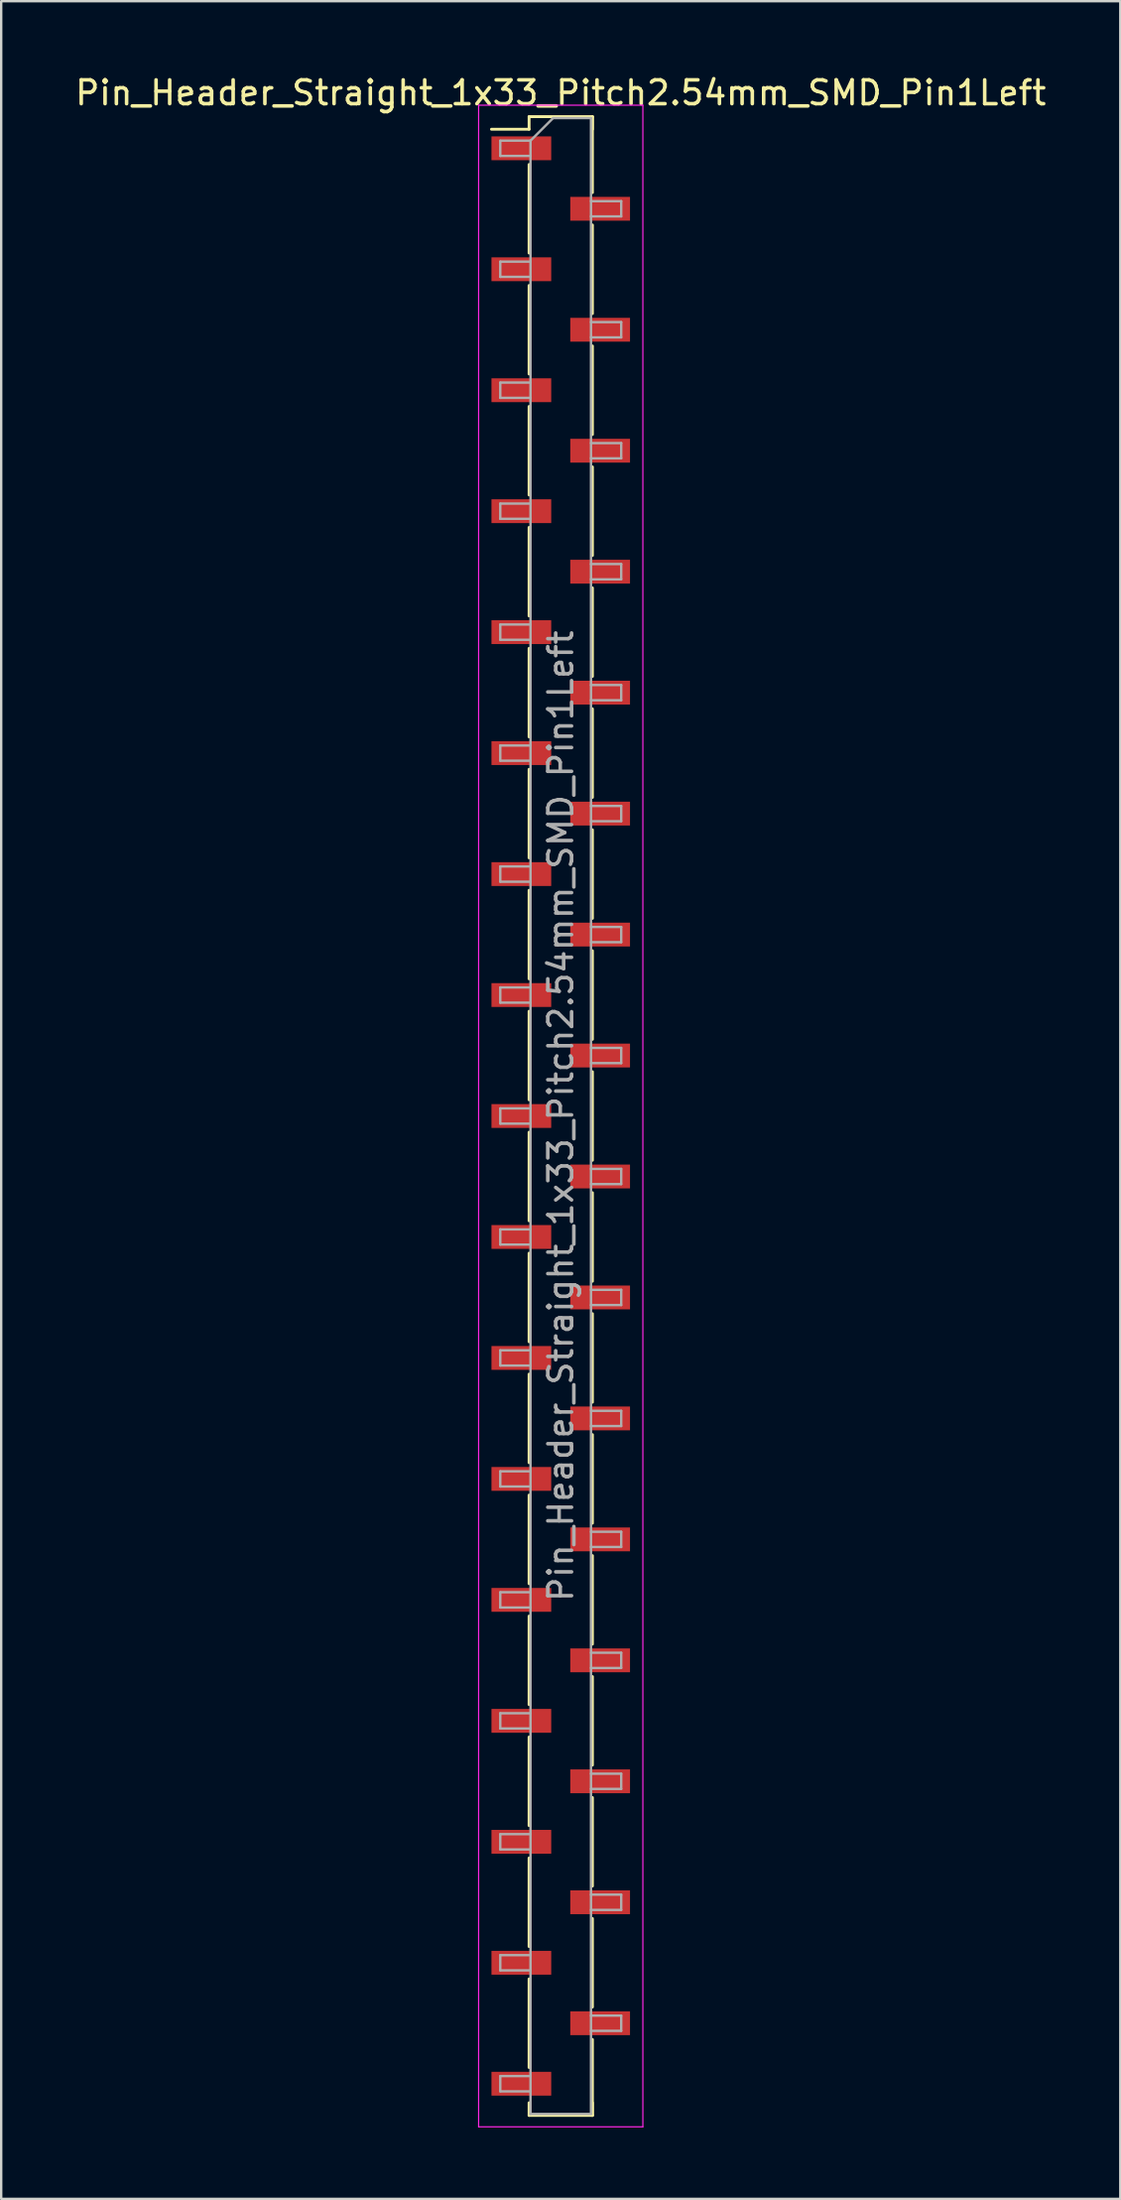
<source format=kicad_pcb>
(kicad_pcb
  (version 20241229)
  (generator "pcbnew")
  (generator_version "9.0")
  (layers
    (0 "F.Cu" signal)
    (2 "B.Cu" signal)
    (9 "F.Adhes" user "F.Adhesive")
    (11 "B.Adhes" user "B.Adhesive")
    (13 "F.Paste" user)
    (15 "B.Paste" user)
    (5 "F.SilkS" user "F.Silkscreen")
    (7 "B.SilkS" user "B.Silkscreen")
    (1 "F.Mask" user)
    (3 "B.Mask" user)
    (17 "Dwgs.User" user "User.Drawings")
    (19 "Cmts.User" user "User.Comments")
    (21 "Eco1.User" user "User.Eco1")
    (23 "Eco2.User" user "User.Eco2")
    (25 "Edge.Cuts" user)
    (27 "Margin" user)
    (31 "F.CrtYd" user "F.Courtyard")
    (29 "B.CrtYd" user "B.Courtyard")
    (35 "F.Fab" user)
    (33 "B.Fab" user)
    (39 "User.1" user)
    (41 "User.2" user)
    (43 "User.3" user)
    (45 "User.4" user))
  (footprint "Pin_Header_Straight_1x33_Pitch2.54mm_SMD_Pin1Left"
    (layer "F.Cu")
    (at 20.506 43.818)
    (property "Reference" "Pin_Header_Straight_1x33_Pitch2.54mm_SMD_Pin1Left" (at 0 -42.97 0) (layer "F.SilkS") (effects (font (size 1 1) (thickness 0.15))))
    (attr smd)
    (fp_line (start -1.33 -41.97) (end 1.33 -41.97) (stroke (width 0.12) (type solid)) (layer "F.SilkS"))
    (fp_line (start -1.33 -41.44) (end -2.91 -41.44) (stroke (width 0.12) (type solid)) (layer "F.SilkS"))
    (fp_line (start -1.33 -41.44) (end -1.33 -41.97) (stroke (width 0.12) (type solid)) (layer "F.SilkS"))
    (fp_line (start -1.33 -39.96) (end -1.33 -36.24) (stroke (width 0.12) (type solid)) (layer "F.SilkS"))
    (fp_line (start -1.33 -34.88) (end -1.33 -31.16) (stroke (width 0.12) (type solid)) (layer "F.SilkS"))
    (fp_line (start -1.33 -29.8) (end -1.33 -26.08) (stroke (width 0.12) (type solid)) (layer "F.SilkS"))
    (fp_line (start -1.33 -24.72) (end -1.33 -21) (stroke (width 0.12) (type solid)) (layer "F.SilkS"))
    (fp_line (start -1.33 -19.64) (end -1.33 -15.92) (stroke (width 0.12) (type solid)) (layer "F.SilkS"))
    (fp_line (start -1.33 -14.56) (end -1.33 -10.84) (stroke (width 0.12) (type solid)) (layer "F.SilkS"))
    (fp_line (start -1.33 -9.48) (end -1.33 -5.76) (stroke (width 0.12) (type solid)) (layer "F.SilkS"))
    (fp_line (start -1.33 -4.4) (end -1.33 -0.68) (stroke (width 0.12) (type solid)) (layer "F.SilkS"))
    (fp_line (start -1.33 0.68) (end -1.33 4.4) (stroke (width 0.12) (type solid)) (layer "F.SilkS"))
    (fp_line (start -1.33 5.76) (end -1.33 9.48) (stroke (width 0.12) (type solid)) (layer "F.SilkS"))
    (fp_line (start -1.33 10.84) (end -1.33 14.56) (stroke (width 0.12) (type solid)) (layer "F.SilkS"))
    (fp_line (start -1.33 15.92) (end -1.33 19.64) (stroke (width 0.12) (type solid)) (layer "F.SilkS"))
    (fp_line (start -1.33 21) (end -1.33 24.72) (stroke (width 0.12) (type solid)) (layer "F.SilkS"))
    (fp_line (start -1.33 26.08) (end -1.33 29.8) (stroke (width 0.12) (type solid)) (layer "F.SilkS"))
    (fp_line (start -1.33 31.16) (end -1.33 34.88) (stroke (width 0.12) (type solid)) (layer "F.SilkS"))
    (fp_line (start -1.33 36.24) (end -1.33 39.96) (stroke (width 0.12) (type solid)) (layer "F.SilkS"))
    (fp_line (start -1.33 41.44) (end -1.33 41.97) (stroke (width 0.12) (type solid)) (layer "F.SilkS"))
    (fp_line (start -1.33 41.97) (end 1.33 41.97) (stroke (width 0.12) (type solid)) (layer "F.SilkS"))
    (fp_line (start 1.33 -41.97) (end 1.33 -41.44) (stroke (width 0.12) (type solid)) (layer "F.SilkS"))
    (fp_line (start 1.33 -41.97) (end 1.33 -38.78) (stroke (width 0.12) (type solid)) (layer "F.SilkS"))
    (fp_line (start 1.33 -37.42) (end 1.33 -33.7) (stroke (width 0.12) (type solid)) (layer "F.SilkS"))
    (fp_line (start 1.33 -32.34) (end 1.33 -28.62) (stroke (width 0.12) (type solid)) (layer "F.SilkS"))
    (fp_line (start 1.33 -27.26) (end 1.33 -23.54) (stroke (width 0.12) (type solid)) (layer "F.SilkS"))
    (fp_line (start 1.33 -22.18) (end 1.33 -18.46) (stroke (width 0.12) (type solid)) (layer "F.SilkS"))
    (fp_line (start 1.33 -17.1) (end 1.33 -13.38) (stroke (width 0.12) (type solid)) (layer "F.SilkS"))
    (fp_line (start 1.33 -12.02) (end 1.33 -8.3) (stroke (width 0.12) (type solid)) (layer "F.SilkS"))
    (fp_line (start 1.33 -6.94) (end 1.33 -3.22) (stroke (width 0.12) (type solid)) (layer "F.SilkS"))
    (fp_line (start 1.33 -1.86) (end 1.33 1.86) (stroke (width 0.12) (type solid)) (layer "F.SilkS"))
    (fp_line (start 1.33 3.22) (end 1.33 6.94) (stroke (width 0.12) (type solid)) (layer "F.SilkS"))
    (fp_line (start 1.33 8.3) (end 1.33 12.02) (stroke (width 0.12) (type solid)) (layer "F.SilkS"))
    (fp_line (start 1.33 13.38) (end 1.33 17.1) (stroke (width 0.12) (type solid)) (layer "F.SilkS"))
    (fp_line (start 1.33 18.46) (end 1.33 22.18) (stroke (width 0.12) (type solid)) (layer "F.SilkS"))
    (fp_line (start 1.33 23.54) (end 1.33 27.26) (stroke (width 0.12) (type solid)) (layer "F.SilkS"))
    (fp_line (start 1.33 28.62) (end 1.33 32.34) (stroke (width 0.12) (type solid)) (layer "F.SilkS"))
    (fp_line (start 1.33 33.7) (end 1.33 37.42) (stroke (width 0.12) (type solid)) (layer "F.SilkS"))
    (fp_line (start 1.33 38.78) (end 1.33 41.97) (stroke (width 0.12) (type solid)) (layer "F.SilkS"))
    (fp_line (start 1.33 41.97) (end 1.33 41.44) (stroke (width 0.12) (type solid)) (layer "F.SilkS"))
    (fp_line (start -3.45 -42.45) (end -3.45 42.45) (stroke (width 0.05) (type solid)) (layer "F.CrtYd"))
    (fp_line (start -3.45 42.45) (end 3.45 42.45) (stroke (width 0.05) (type solid)) (layer "F.CrtYd"))
    (fp_line (start 3.45 -42.45) (end -3.45 -42.45) (stroke (width 0.05) (type solid)) (layer "F.CrtYd"))
    (fp_line (start 3.45 42.45) (end 3.45 -42.45) (stroke (width 0.05) (type solid)) (layer "F.CrtYd"))
    (fp_line (start -2.54 -40.96) (end -2.54 -40.32) (stroke (width 0.1) (type solid)) (layer "F.Fab"))
    (fp_line (start -2.54 -40.32) (end -1.27 -40.32) (stroke (width 0.1) (type solid)) (layer "F.Fab"))
    (fp_line (start -2.54 -35.88) (end -2.54 -35.24) (stroke (width 0.1) (type solid)) (layer "F.Fab"))
    (fp_line (start -2.54 -35.24) (end -1.27 -35.24) (stroke (width 0.1) (type solid)) (layer "F.Fab"))
    (fp_line (start -2.54 -30.8) (end -2.54 -30.16) (stroke (width 0.1) (type solid)) (layer "F.Fab"))
    (fp_line (start -2.54 -30.16) (end -1.27 -30.16) (stroke (width 0.1) (type solid)) (layer "F.Fab"))
    (fp_line (start -2.54 -25.72) (end -2.54 -25.08) (stroke (width 0.1) (type solid)) (layer "F.Fab"))
    (fp_line (start -2.54 -25.08) (end -1.27 -25.08) (stroke (width 0.1) (type solid)) (layer "F.Fab"))
    (fp_line (start -2.54 -20.64) (end -2.54 -20) (stroke (width 0.1) (type solid)) (layer "F.Fab"))
    (fp_line (start -2.54 -20) (end -1.27 -20) (stroke (width 0.1) (type solid)) (layer "F.Fab"))
    (fp_line (start -2.54 -15.56) (end -2.54 -14.92) (stroke (width 0.1) (type solid)) (layer "F.Fab"))
    (fp_line (start -2.54 -14.92) (end -1.27 -14.92) (stroke (width 0.1) (type solid)) (layer "F.Fab"))
    (fp_line (start -2.54 -10.48) (end -2.54 -9.84) (stroke (width 0.1) (type solid)) (layer "F.Fab"))
    (fp_line (start -2.54 -9.84) (end -1.27 -9.84) (stroke (width 0.1) (type solid)) (layer "F.Fab"))
    (fp_line (start -2.54 -5.4) (end -2.54 -4.76) (stroke (width 0.1) (type solid)) (layer "F.Fab"))
    (fp_line (start -2.54 -4.76) (end -1.27 -4.76) (stroke (width 0.1) (type solid)) (layer "F.Fab"))
    (fp_line (start -2.54 -0.32) (end -2.54 0.32) (stroke (width 0.1) (type solid)) (layer "F.Fab"))
    (fp_line (start -2.54 0.32) (end -1.27 0.32) (stroke (width 0.1) (type solid)) (layer "F.Fab"))
    (fp_line (start -2.54 4.76) (end -2.54 5.4) (stroke (width 0.1) (type solid)) (layer "F.Fab"))
    (fp_line (start -2.54 5.4) (end -1.27 5.4) (stroke (width 0.1) (type solid)) (layer "F.Fab"))
    (fp_line (start -2.54 9.84) (end -2.54 10.48) (stroke (width 0.1) (type solid)) (layer "F.Fab"))
    (fp_line (start -2.54 10.48) (end -1.27 10.48) (stroke (width 0.1) (type solid)) (layer "F.Fab"))
    (fp_line (start -2.54 14.92) (end -2.54 15.56) (stroke (width 0.1) (type solid)) (layer "F.Fab"))
    (fp_line (start -2.54 15.56) (end -1.27 15.56) (stroke (width 0.1) (type solid)) (layer "F.Fab"))
    (fp_line (start -2.54 20) (end -2.54 20.64) (stroke (width 0.1) (type solid)) (layer "F.Fab"))
    (fp_line (start -2.54 20.64) (end -1.27 20.64) (stroke (width 0.1) (type solid)) (layer "F.Fab"))
    (fp_line (start -2.54 25.08) (end -2.54 25.72) (stroke (width 0.1) (type solid)) (layer "F.Fab"))
    (fp_line (start -2.54 25.72) (end -1.27 25.72) (stroke (width 0.1) (type solid)) (layer "F.Fab"))
    (fp_line (start -2.54 30.16) (end -2.54 30.8) (stroke (width 0.1) (type solid)) (layer "F.Fab"))
    (fp_line (start -2.54 30.8) (end -1.27 30.8) (stroke (width 0.1) (type solid)) (layer "F.Fab"))
    (fp_line (start -2.54 35.24) (end -2.54 35.88) (stroke (width 0.1) (type solid)) (layer "F.Fab"))
    (fp_line (start -2.54 35.88) (end -1.27 35.88) (stroke (width 0.1) (type solid)) (layer "F.Fab"))
    (fp_line (start -2.54 40.32) (end -2.54 40.96) (stroke (width 0.1) (type solid)) (layer "F.Fab"))
    (fp_line (start -2.54 40.96) (end -1.27 40.96) (stroke (width 0.1) (type solid)) (layer "F.Fab"))
    (fp_line (start -1.27 -40.96) (end -2.54 -40.96) (stroke (width 0.1) (type solid)) (layer "F.Fab"))
    (fp_line (start -1.27 -40.96) (end -0.32 -41.91) (stroke (width 0.1) (type solid)) (layer "F.Fab"))
    (fp_line (start -1.27 -35.88) (end -2.54 -35.88) (stroke (width 0.1) (type solid)) (layer "F.Fab"))
    (fp_line (start -1.27 -30.8) (end -2.54 -30.8) (stroke (width 0.1) (type solid)) (layer "F.Fab"))
    (fp_line (start -1.27 -25.72) (end -2.54 -25.72) (stroke (width 0.1) (type solid)) (layer "F.Fab"))
    (fp_line (start -1.27 -20.64) (end -2.54 -20.64) (stroke (width 0.1) (type solid)) (layer "F.Fab"))
    (fp_line (start -1.27 -15.56) (end -2.54 -15.56) (stroke (width 0.1) (type solid)) (layer "F.Fab"))
    (fp_line (start -1.27 -10.48) (end -2.54 -10.48) (stroke (width 0.1) (type solid)) (layer "F.Fab"))
    (fp_line (start -1.27 -5.4) (end -2.54 -5.4) (stroke (width 0.1) (type solid)) (layer "F.Fab"))
    (fp_line (start -1.27 -0.32) (end -2.54 -0.32) (stroke (width 0.1) (type solid)) (layer "F.Fab"))
    (fp_line (start -1.27 4.76) (end -2.54 4.76) (stroke (width 0.1) (type solid)) (layer "F.Fab"))
    (fp_line (start -1.27 9.84) (end -2.54 9.84) (stroke (width 0.1) (type solid)) (layer "F.Fab"))
    (fp_line (start -1.27 14.92) (end -2.54 14.92) (stroke (width 0.1) (type solid)) (layer "F.Fab"))
    (fp_line (start -1.27 20) (end -2.54 20) (stroke (width 0.1) (type solid)) (layer "F.Fab"))
    (fp_line (start -1.27 25.08) (end -2.54 25.08) (stroke (width 0.1) (type solid)) (layer "F.Fab"))
    (fp_line (start -1.27 30.16) (end -2.54 30.16) (stroke (width 0.1) (type solid)) (layer "F.Fab"))
    (fp_line (start -1.27 35.24) (end -2.54 35.24) (stroke (width 0.1) (type solid)) (layer "F.Fab"))
    (fp_line (start -1.27 40.32) (end -2.54 40.32) (stroke (width 0.1) (type solid)) (layer "F.Fab"))
    (fp_line (start -1.27 41.91) (end -1.27 -40.96) (stroke (width 0.1) (type solid)) (layer "F.Fab"))
    (fp_line (start -0.32 -41.91) (end 1.27 -41.91) (stroke (width 0.1) (type solid)) (layer "F.Fab"))
    (fp_line (start 1.27 -41.91) (end 1.27 41.91) (stroke (width 0.1) (type solid)) (layer "F.Fab"))
    (fp_line (start 1.27 -38.42) (end 2.54 -38.42) (stroke (width 0.1) (type solid)) (layer "F.Fab"))
    (fp_line (start 1.27 -33.34) (end 2.54 -33.34) (stroke (width 0.1) (type solid)) (layer "F.Fab"))
    (fp_line (start 1.27 -28.26) (end 2.54 -28.26) (stroke (width 0.1) (type solid)) (layer "F.Fab"))
    (fp_line (start 1.27 -23.18) (end 2.54 -23.18) (stroke (width 0.1) (type solid)) (layer "F.Fab"))
    (fp_line (start 1.27 -18.1) (end 2.54 -18.1) (stroke (width 0.1) (type solid)) (layer "F.Fab"))
    (fp_line (start 1.27 -13.02) (end 2.54 -13.02) (stroke (width 0.1) (type solid)) (layer "F.Fab"))
    (fp_line (start 1.27 -7.94) (end 2.54 -7.94) (stroke (width 0.1) (type solid)) (layer "F.Fab"))
    (fp_line (start 1.27 -2.86) (end 2.54 -2.86) (stroke (width 0.1) (type solid)) (layer "F.Fab"))
    (fp_line (start 1.27 2.22) (end 2.54 2.22) (stroke (width 0.1) (type solid)) (layer "F.Fab"))
    (fp_line (start 1.27 7.3) (end 2.54 7.3) (stroke (width 0.1) (type solid)) (layer "F.Fab"))
    (fp_line (start 1.27 12.38) (end 2.54 12.38) (stroke (width 0.1) (type solid)) (layer "F.Fab"))
    (fp_line (start 1.27 17.46) (end 2.54 17.46) (stroke (width 0.1) (type solid)) (layer "F.Fab"))
    (fp_line (start 1.27 22.54) (end 2.54 22.54) (stroke (width 0.1) (type solid)) (layer "F.Fab"))
    (fp_line (start 1.27 27.62) (end 2.54 27.62) (stroke (width 0.1) (type solid)) (layer "F.Fab"))
    (fp_line (start 1.27 32.7) (end 2.54 32.7) (stroke (width 0.1) (type solid)) (layer "F.Fab"))
    (fp_line (start 1.27 37.78) (end 2.54 37.78) (stroke (width 0.1) (type solid)) (layer "F.Fab"))
    (fp_line (start 1.27 41.91) (end -1.27 41.91) (stroke (width 0.1) (type solid)) (layer "F.Fab"))
    (fp_line (start 2.54 -38.42) (end 2.54 -37.78) (stroke (width 0.1) (type solid)) (layer "F.Fab"))
    (fp_line (start 2.54 -37.78) (end 1.27 -37.78) (stroke (width 0.1) (type solid)) (layer "F.Fab"))
    (fp_line (start 2.54 -33.34) (end 2.54 -32.7) (stroke (width 0.1) (type solid)) (layer "F.Fab"))
    (fp_line (start 2.54 -32.7) (end 1.27 -32.7) (stroke (width 0.1) (type solid)) (layer "F.Fab"))
    (fp_line (start 2.54 -28.26) (end 2.54 -27.62) (stroke (width 0.1) (type solid)) (layer "F.Fab"))
    (fp_line (start 2.54 -27.62) (end 1.27 -27.62) (stroke (width 0.1) (type solid)) (layer "F.Fab"))
    (fp_line (start 2.54 -23.18) (end 2.54 -22.54) (stroke (width 0.1) (type solid)) (layer "F.Fab"))
    (fp_line (start 2.54 -22.54) (end 1.27 -22.54) (stroke (width 0.1) (type solid)) (layer "F.Fab"))
    (fp_line (start 2.54 -18.1) (end 2.54 -17.46) (stroke (width 0.1) (type solid)) (layer "F.Fab"))
    (fp_line (start 2.54 -17.46) (end 1.27 -17.46) (stroke (width 0.1) (type solid)) (layer "F.Fab"))
    (fp_line (start 2.54 -13.02) (end 2.54 -12.38) (stroke (width 0.1) (type solid)) (layer "F.Fab"))
    (fp_line (start 2.54 -12.38) (end 1.27 -12.38) (stroke (width 0.1) (type solid)) (layer "F.Fab"))
    (fp_line (start 2.54 -7.94) (end 2.54 -7.3) (stroke (width 0.1) (type solid)) (layer "F.Fab"))
    (fp_line (start 2.54 -7.3) (end 1.27 -7.3) (stroke (width 0.1) (type solid)) (layer "F.Fab"))
    (fp_line (start 2.54 -2.86) (end 2.54 -2.22) (stroke (width 0.1) (type solid)) (layer "F.Fab"))
    (fp_line (start 2.54 -2.22) (end 1.27 -2.22) (stroke (width 0.1) (type solid)) (layer "F.Fab"))
    (fp_line (start 2.54 2.22) (end 2.54 2.86) (stroke (width 0.1) (type solid)) (layer "F.Fab"))
    (fp_line (start 2.54 2.86) (end 1.27 2.86) (stroke (width 0.1) (type solid)) (layer "F.Fab"))
    (fp_line (start 2.54 7.3) (end 2.54 7.94) (stroke (width 0.1) (type solid)) (layer "F.Fab"))
    (fp_line (start 2.54 7.94) (end 1.27 7.94) (stroke (width 0.1) (type solid)) (layer "F.Fab"))
    (fp_line (start 2.54 12.38) (end 2.54 13.02) (stroke (width 0.1) (type solid)) (layer "F.Fab"))
    (fp_line (start 2.54 13.02) (end 1.27 13.02) (stroke (width 0.1) (type solid)) (layer "F.Fab"))
    (fp_line (start 2.54 17.46) (end 2.54 18.1) (stroke (width 0.1) (type solid)) (layer "F.Fab"))
    (fp_line (start 2.54 18.1) (end 1.27 18.1) (stroke (width 0.1) (type solid)) (layer "F.Fab"))
    (fp_line (start 2.54 22.54) (end 2.54 23.18) (stroke (width 0.1) (type solid)) (layer "F.Fab"))
    (fp_line (start 2.54 23.18) (end 1.27 23.18) (stroke (width 0.1) (type solid)) (layer "F.Fab"))
    (fp_line (start 2.54 27.62) (end 2.54 28.26) (stroke (width 0.1) (type solid)) (layer "F.Fab"))
    (fp_line (start 2.54 28.26) (end 1.27 28.26) (stroke (width 0.1) (type solid)) (layer "F.Fab"))
    (fp_line (start 2.54 32.7) (end 2.54 33.34) (stroke (width 0.1) (type solid)) (layer "F.Fab"))
    (fp_line (start 2.54 33.34) (end 1.27 33.34) (stroke (width 0.1) (type solid)) (layer "F.Fab"))
    (fp_line (start 2.54 37.78) (end 2.54 38.42) (stroke (width 0.1) (type solid)) (layer "F.Fab"))
    (fp_line (start 2.54 38.42) (end 1.27 38.42) (stroke (width 0.1) (type solid)) (layer "F.Fab"))
    (fp_text user "${REFERENCE}" (at 0 0 90) (layer "F.Fab") (effects (font (size 1 1) (thickness 0.15))))
    (pad "1" smd rect (at -1.655 -40.64) (size 2.51 1) (layers "F.Cu" "F.Mask" "F.Paste"))
    (pad "2" smd rect (at 1.655 -38.1) (size 2.51 1) (layers "F.Cu" "F.Mask" "F.Paste"))
    (pad "3" smd rect (at -1.655 -35.56) (size 2.51 1) (layers "F.Cu" "F.Mask" "F.Paste"))
    (pad "4" smd rect (at 1.655 -33.02) (size 2.51 1) (layers "F.Cu" "F.Mask" "F.Paste"))
    (pad "5" smd rect (at -1.655 -30.48) (size 2.51 1) (layers "F.Cu" "F.Mask" "F.Paste"))
    (pad "6" smd rect (at 1.655 -27.94) (size 2.51 1) (layers "F.Cu" "F.Mask" "F.Paste"))
    (pad "7" smd rect (at -1.655 -25.4) (size 2.51 1) (layers "F.Cu" "F.Mask" "F.Paste"))
    (pad "8" smd rect (at 1.655 -22.86) (size 2.51 1) (layers "F.Cu" "F.Mask" "F.Paste"))
    (pad "9" smd rect (at -1.655 -20.32) (size 2.51 1) (layers "F.Cu" "F.Mask" "F.Paste"))
    (pad "10" smd rect (at 1.655 -17.78) (size 2.51 1) (layers "F.Cu" "F.Mask" "F.Paste"))
    (pad "11" smd rect (at -1.655 -15.24) (size 2.51 1) (layers "F.Cu" "F.Mask" "F.Paste"))
    (pad "12" smd rect (at 1.655 -12.7) (size 2.51 1) (layers "F.Cu" "F.Mask" "F.Paste"))
    (pad "13" smd rect (at -1.655 -10.16) (size 2.51 1) (layers "F.Cu" "F.Mask" "F.Paste"))
    (pad "14" smd rect (at 1.655 -7.62) (size 2.51 1) (layers "F.Cu" "F.Mask" "F.Paste"))
    (pad "15" smd rect (at -1.655 -5.08) (size 2.51 1) (layers "F.Cu" "F.Mask" "F.Paste"))
    (pad "16" smd rect (at 1.655 -2.54) (size 2.51 1) (layers "F.Cu" "F.Mask" "F.Paste"))
    (pad "17" smd rect (at -1.655 0) (size 2.51 1) (layers "F.Cu" "F.Mask" "F.Paste"))
    (pad "18" smd rect (at 1.655 2.54) (size 2.51 1) (layers "F.Cu" "F.Mask" "F.Paste"))
    (pad "19" smd rect (at -1.655 5.08) (size 2.51 1) (layers "F.Cu" "F.Mask" "F.Paste"))
    (pad "20" smd rect (at 1.655 7.62) (size 2.51 1) (layers "F.Cu" "F.Mask" "F.Paste"))
    (pad "21" smd rect (at -1.655 10.16) (size 2.51 1) (layers "F.Cu" "F.Mask" "F.Paste"))
    (pad "22" smd rect (at 1.655 12.7) (size 2.51 1) (layers "F.Cu" "F.Mask" "F.Paste"))
    (pad "23" smd rect (at -1.655 15.24) (size 2.51 1) (layers "F.Cu" "F.Mask" "F.Paste"))
    (pad "24" smd rect (at 1.655 17.78) (size 2.51 1) (layers "F.Cu" "F.Mask" "F.Paste"))
    (pad "25" smd rect (at -1.655 20.32) (size 2.51 1) (layers "F.Cu" "F.Mask" "F.Paste"))
    (pad "26" smd rect (at 1.655 22.86) (size 2.51 1) (layers "F.Cu" "F.Mask" "F.Paste"))
    (pad "27" smd rect (at -1.655 25.4) (size 2.51 1) (layers "F.Cu" "F.Mask" "F.Paste"))
    (pad "28" smd rect (at 1.655 27.94) (size 2.51 1) (layers "F.Cu" "F.Mask" "F.Paste"))
    (pad "29" smd rect (at -1.655 30.48) (size 2.51 1) (layers "F.Cu" "F.Mask" "F.Paste"))
    (pad "30" smd rect (at 1.655 33.02) (size 2.51 1) (layers "F.Cu" "F.Mask" "F.Paste"))
    (pad "31" smd rect (at -1.655 35.56) (size 2.51 1) (layers "F.Cu" "F.Mask" "F.Paste"))
    (pad "32" smd rect (at 1.655 38.1) (size 2.51 1) (layers "F.Cu" "F.Mask" "F.Paste"))
    (pad "33" smd rect (at -1.655 40.64) (size 2.51 1) (layers "F.Cu" "F.Mask" "F.Paste")))
  (gr_rect
    (start -3 -3)
    (end 44.012 89.293)
    (stroke (width 0.1) (type default))
    (fill no)
    (layer "Edge.Cuts")))
</source>
